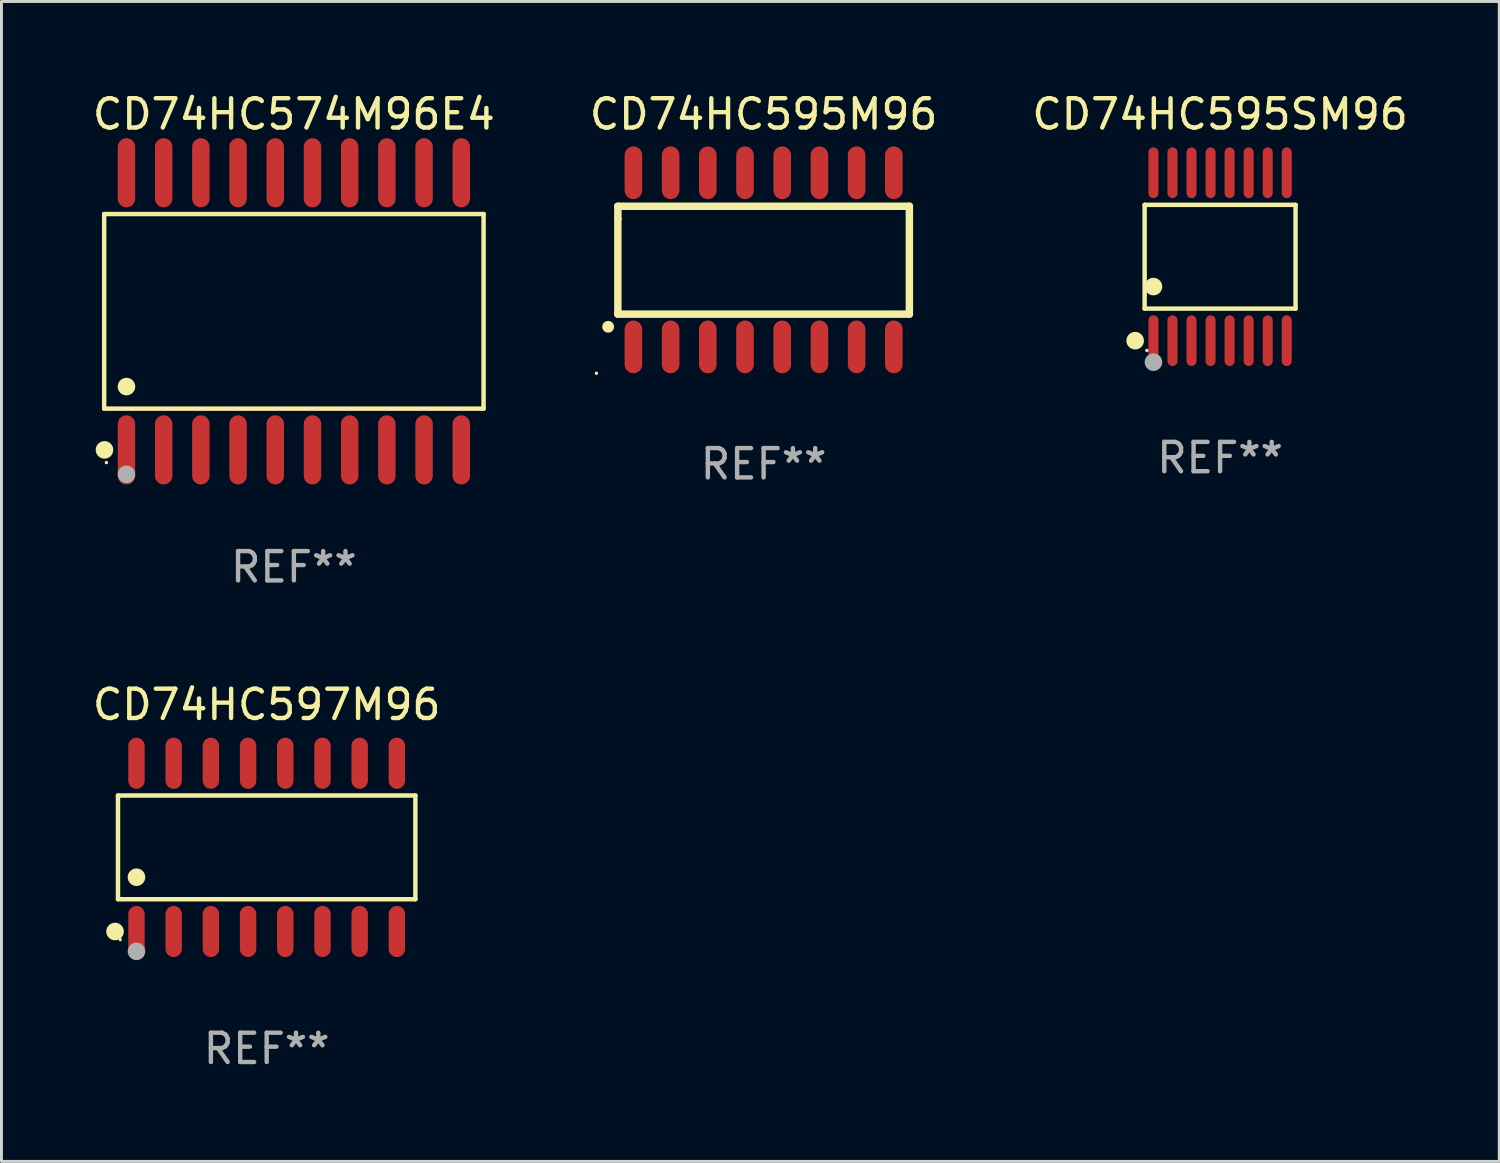
<source format=kicad_pcb>
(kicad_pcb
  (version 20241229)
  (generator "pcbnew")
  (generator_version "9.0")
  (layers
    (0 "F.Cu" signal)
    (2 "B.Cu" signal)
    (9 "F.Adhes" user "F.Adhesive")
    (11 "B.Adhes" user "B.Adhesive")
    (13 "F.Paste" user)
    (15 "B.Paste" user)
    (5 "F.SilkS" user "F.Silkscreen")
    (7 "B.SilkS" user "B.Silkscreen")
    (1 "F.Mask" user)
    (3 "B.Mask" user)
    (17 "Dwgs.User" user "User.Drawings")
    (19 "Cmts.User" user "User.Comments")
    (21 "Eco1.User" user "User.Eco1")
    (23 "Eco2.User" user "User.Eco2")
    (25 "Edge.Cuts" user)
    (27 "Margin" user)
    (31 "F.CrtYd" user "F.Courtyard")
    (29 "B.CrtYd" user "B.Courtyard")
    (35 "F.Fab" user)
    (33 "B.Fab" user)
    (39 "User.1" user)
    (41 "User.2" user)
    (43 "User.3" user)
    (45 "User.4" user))
  (footprint "CD74HC595SM96"
    (layer "F.Cu")
    (at 38.601 5.714)
    (property "Reference" "CD74HC595SM96" (at 0 -4.866 0) (layer "F.SilkS") (effects (font (size 1 1) (thickness 0.15))))
    (attr through_hole)
    (fp_line (start -2.576 -1.772) (end 2.576 -1.772) (stroke (width 0.152) (type solid)) (layer "F.SilkS"))
    (fp_line (start -2.576 1.771) (end -2.576 -1.772) (stroke (width 0.152) (type solid)) (layer "F.SilkS"))
    (fp_line (start 2.576 -1.772) (end 2.576 1.771) (stroke (width 0.152) (type solid)) (layer "F.SilkS"))
    (fp_line (start 2.576 1.771) (end -2.576 1.771) (stroke (width 0.152) (type solid)) (layer "F.SilkS"))
    (fp_circle (center -2.899 2.866) (end -2.749 2.866) (stroke (width 0.3) (type solid)) (fill no) (layer "F.SilkS"))
    (fp_circle (center -2.5 3.2) (end -2.47 3.2) (stroke (width 0.06) (type solid)) (fill no) (layer "F.SilkS"))
    (fp_circle (center -2.275 1.019) (end -2.125 1.019) (stroke (width 0.3) (type solid)) (fill no) (layer "F.SilkS"))
    (fp_circle (center -2.275 3.6) (end -2.125 3.6) (stroke (width 0.3) (type solid)) (fill no) (layer "F.Fab"))
    (fp_text user "REF**" (at 0 6.866 0) (layer "F.Fab") (effects (font (size 1 1) (thickness 0.15))))
    (pad "1" smd oval (at -2.275 2.866) (size 0.343 1.731) (layers "F.Cu" "F.Mask" "F.Paste"))
    (pad "2" smd oval (at -1.625 2.866) (size 0.343 1.731) (layers "F.Cu" "F.Mask" "F.Paste"))
    (pad "3" smd oval (at -0.975 2.866) (size 0.343 1.731) (layers "F.Cu" "F.Mask" "F.Paste"))
    (pad "4" smd oval (at -0.325 2.866) (size 0.343 1.731) (layers "F.Cu" "F.Mask" "F.Paste"))
    (pad "5" smd oval (at 0.325 2.866) (size 0.343 1.731) (layers "F.Cu" "F.Mask" "F.Paste"))
    (pad "6" smd oval (at 0.975 2.866) (size 0.343 1.731) (layers "F.Cu" "F.Mask" "F.Paste"))
    (pad "7" smd oval (at 1.625 2.866) (size 0.343 1.731) (layers "F.Cu" "F.Mask" "F.Paste"))
    (pad "8" smd oval (at 2.275 2.866) (size 0.343 1.731) (layers "F.Cu" "F.Mask" "F.Paste"))
    (pad "9" smd oval (at 2.275 -2.866) (size 0.343 1.731) (layers "F.Cu" "F.Mask" "F.Paste"))
    (pad "10" smd oval (at 1.625 -2.866) (size 0.343 1.731) (layers "F.Cu" "F.Mask" "F.Paste"))
    (pad "11" smd oval (at 0.975 -2.866) (size 0.343 1.731) (layers "F.Cu" "F.Mask" "F.Paste"))
    (pad "12" smd oval (at 0.325 -2.866) (size 0.343 1.731) (layers "F.Cu" "F.Mask" "F.Paste"))
    (pad "13" smd oval (at -0.325 -2.866) (size 0.343 1.731) (layers "F.Cu" "F.Mask" "F.Paste"))
    (pad "14" smd oval (at -0.975 -2.866) (size 0.343 1.731) (layers "F.Cu" "F.Mask" "F.Paste"))
    (pad "15" smd oval (at -1.625 -2.866) (size 0.343 1.731) (layers "F.Cu" "F.Mask" "F.Paste"))
    (pad "16" smd oval (at -2.275 -2.866) (size 0.343 1.731) (layers "F.Cu" "F.Mask" "F.Paste")))
  (footprint "CD74HC574M96E4"
    (layer "F.Cu")
    (at 6.982 7.578)
    (property "Reference" "CD74HC574M96E4" (at 0 -6.73 0) (layer "F.SilkS") (effects (font (size 1 1) (thickness 0.15))))
    (attr through_hole)
    (fp_line (start -6.476 -3.321) (end 6.476 -3.321) (stroke (width 0.152) (type solid)) (layer "F.SilkS"))
    (fp_line (start -6.476 3.321) (end -6.476 -3.321) (stroke (width 0.152) (type solid)) (layer "F.SilkS"))
    (fp_line (start 6.476 -3.321) (end 6.476 3.321) (stroke (width 0.152) (type solid)) (layer "F.SilkS"))
    (fp_line (start 6.476 3.321) (end -6.476 3.321) (stroke (width 0.152) (type solid)) (layer "F.SilkS"))
    (fp_circle (center -6.465 4.73) (end -6.315 4.73) (stroke (width 0.3) (type solid)) (fill no) (layer "F.SilkS"))
    (fp_circle (center -6.4 5.163) (end -6.37 5.163) (stroke (width 0.06) (type solid)) (fill no) (layer "F.SilkS"))
    (fp_circle (center -5.715 2.569) (end -5.565 2.569) (stroke (width 0.3) (type solid)) (fill no) (layer "F.SilkS"))
    (fp_circle (center -5.715 5.563) (end -5.565 5.563) (stroke (width 0.3) (type solid)) (fill no) (layer "F.Fab"))
    (fp_text user "REF**" (at 0 8.73 0) (layer "F.Fab") (effects (font (size 1 1) (thickness 0.15))))
    (pad "1" smd oval (at -5.715 4.73) (size 0.595 2.36) (layers "F.Cu" "F.Mask" "F.Paste"))
    (pad "2" smd oval (at -4.445 4.73) (size 0.595 2.36) (layers "F.Cu" "F.Mask" "F.Paste"))
    (pad "3" smd oval (at -3.175 4.73) (size 0.595 2.36) (layers "F.Cu" "F.Mask" "F.Paste"))
    (pad "4" smd oval (at -1.905 4.73) (size 0.595 2.36) (layers "F.Cu" "F.Mask" "F.Paste"))
    (pad "5" smd oval (at -0.635 4.73) (size 0.595 2.36) (layers "F.Cu" "F.Mask" "F.Paste"))
    (pad "6" smd oval (at 0.635 4.73) (size 0.595 2.36) (layers "F.Cu" "F.Mask" "F.Paste"))
    (pad "7" smd oval (at 1.905 4.73) (size 0.595 2.36) (layers "F.Cu" "F.Mask" "F.Paste"))
    (pad "8" smd oval (at 3.175 4.73) (size 0.595 2.36) (layers "F.Cu" "F.Mask" "F.Paste"))
    (pad "9" smd oval (at 4.445 4.73) (size 0.595 2.36) (layers "F.Cu" "F.Mask" "F.Paste"))
    (pad "10" smd oval (at 5.715 4.73) (size 0.595 2.36) (layers "F.Cu" "F.Mask" "F.Paste"))
    (pad "11" smd oval (at 5.715 -4.73) (size 0.595 2.36) (layers "F.Cu" "F.Mask" "F.Paste"))
    (pad "12" smd oval (at 4.445 -4.73) (size 0.595 2.36) (layers "F.Cu" "F.Mask" "F.Paste"))
    (pad "13" smd oval (at 3.175 -4.73) (size 0.595 2.36) (layers "F.Cu" "F.Mask" "F.Paste"))
    (pad "14" smd oval (at 1.905 -4.73) (size 0.595 2.36) (layers "F.Cu" "F.Mask" "F.Paste"))
    (pad "15" smd oval (at 0.635 -4.73) (size 0.595 2.36) (layers "F.Cu" "F.Mask" "F.Paste"))
    (pad "16" smd oval (at -0.635 -4.73) (size 0.595 2.36) (layers "F.Cu" "F.Mask" "F.Paste"))
    (pad "17" smd oval (at -1.905 -4.73) (size 0.595 2.36) (layers "F.Cu" "F.Mask" "F.Paste"))
    (pad "18" smd oval (at -3.175 -4.73) (size 0.595 2.36) (layers "F.Cu" "F.Mask" "F.Paste"))
    (pad "19" smd oval (at -4.445 -4.73) (size 0.595 2.36) (layers "F.Cu" "F.Mask" "F.Paste"))
    (pad "20" smd oval (at -5.715 -4.73) (size 0.595 2.36) (layers "F.Cu" "F.Mask" "F.Paste")))
  (footprint "CD74HC597M96"
    (layer "F.Cu")
    (at 6.054 25.877)
    (property "Reference" "CD74HC597M96" (at 0 -4.872 0) (layer "F.SilkS") (effects (font (size 1 1) (thickness 0.15))))
    (attr through_hole)
    (fp_line (start -5.076 -1.771) (end 5.076 -1.771) (stroke (width 0.152) (type solid)) (layer "F.SilkS"))
    (fp_line (start -5.076 1.771) (end -5.076 -1.771) (stroke (width 0.152) (type solid)) (layer "F.SilkS"))
    (fp_line (start 5.076 -1.771) (end 5.076 1.771) (stroke (width 0.152) (type solid)) (layer "F.SilkS"))
    (fp_line (start 5.076 1.771) (end -5.076 1.771) (stroke (width 0.152) (type solid)) (layer "F.SilkS"))
    (fp_circle (center -5.177 2.872) (end -5.027 2.872) (stroke (width 0.3) (type solid)) (fill no) (layer "F.SilkS"))
    (fp_circle (center -5 3.15) (end -4.97 3.15) (stroke (width 0.06) (type solid)) (fill no) (layer "F.SilkS"))
    (fp_circle (center -4.445 1.019) (end -4.295 1.019) (stroke (width 0.3) (type solid)) (fill no) (layer "F.SilkS"))
    (fp_circle (center -4.445 3.55) (end -4.295 3.55) (stroke (width 0.3) (type solid)) (fill no) (layer "F.Fab"))
    (fp_text user "REF**" (at 0 6.872 0) (layer "F.Fab") (effects (font (size 1 1) (thickness 0.15))))
    (pad "1" smd oval (at -4.445 2.872) (size 0.56 1.745) (layers "F.Cu" "F.Mask" "F.Paste"))
    (pad "2" smd oval (at -3.175 2.872) (size 0.56 1.745) (layers "F.Cu" "F.Mask" "F.Paste"))
    (pad "3" smd oval (at -1.905 2.872) (size 0.56 1.745) (layers "F.Cu" "F.Mask" "F.Paste"))
    (pad "4" smd oval (at -0.635 2.872) (size 0.56 1.745) (layers "F.Cu" "F.Mask" "F.Paste"))
    (pad "5" smd oval (at 0.635 2.872) (size 0.56 1.745) (layers "F.Cu" "F.Mask" "F.Paste"))
    (pad "6" smd oval (at 1.905 2.872) (size 0.56 1.745) (layers "F.Cu" "F.Mask" "F.Paste"))
    (pad "7" smd oval (at 3.175 2.872) (size 0.56 1.745) (layers "F.Cu" "F.Mask" "F.Paste"))
    (pad "8" smd oval (at 4.445 2.872) (size 0.56 1.745) (layers "F.Cu" "F.Mask" "F.Paste"))
    (pad "9" smd oval (at 4.445 -2.872) (size 0.56 1.745) (layers "F.Cu" "F.Mask" "F.Paste"))
    (pad "10" smd oval (at 3.175 -2.872) (size 0.56 1.745) (layers "F.Cu" "F.Mask" "F.Paste"))
    (pad "11" smd oval (at 1.905 -2.872) (size 0.56 1.745) (layers "F.Cu" "F.Mask" "F.Paste"))
    (pad "12" smd oval (at 0.635 -2.872) (size 0.56 1.745) (layers "F.Cu" "F.Mask" "F.Paste"))
    (pad "13" smd oval (at -0.635 -2.872) (size 0.56 1.745) (layers "F.Cu" "F.Mask" "F.Paste"))
    (pad "14" smd oval (at -1.905 -2.872) (size 0.56 1.745) (layers "F.Cu" "F.Mask" "F.Paste"))
    (pad "15" smd oval (at -3.175 -2.872) (size 0.56 1.745) (layers "F.Cu" "F.Mask" "F.Paste"))
    (pad "16" smd oval (at -4.445 -2.872) (size 0.56 1.745) (layers "F.Cu" "F.Mask" "F.Paste")))
  (footprint "CD74HC595M96"
    (layer "F.Cu")
    (at 23.018 5.82)
    (property "Reference" "CD74HC595M96" (at 0 -4.972 0) (layer "F.SilkS") (effects (font (size 1 1) (thickness 0.15))))
    (attr through_hole)
    (fp_line (start -4.976 -1.829) (end -4.976 -1.4) (stroke (width 0.254) (type solid)) (layer "F.SilkS"))
    (fp_line (start -4.976 -1.4) (end -4.976 1.854) (stroke (width 0.254) (type solid)) (layer "F.SilkS"))
    (fp_line (start -4.976 1.854) (end 4.976 1.854) (stroke (width 0.254) (type solid)) (layer "F.SilkS"))
    (fp_line (start 4.976 -1.829) (end -4.976 -1.829) (stroke (width 0.254) (type solid)) (layer "F.SilkS"))
    (fp_line (start 4.976 1.854) (end 4.976 -1.829) (stroke (width 0.254) (type solid)) (layer "F.SilkS"))
    (fp_arc (start -5.308611 2.286005) (mid -5.307341 2.286001) (end -5.306071 2.286005) (stroke (width 0.4) (type solid)) (layer "F.SilkS"))
    (fp_circle (center -5.707 3.872) (end -5.677 3.872) (stroke (width 0.06) (type solid)) (fill no) (layer "F.SilkS"))
    (fp_text user "REF**" (at 0 6.972 0) (layer "F.Fab") (effects (font (size 1 1) (thickness 0.15))))
    (pad "1" smd oval (at -4.445 2.972 180) (size 0.6 1.8) (layers "F.Cu" "F.Mask" "F.Paste"))
    (pad "2" smd oval (at -3.175 2.972 180) (size 0.6 1.8) (layers "F.Cu" "F.Mask" "F.Paste"))
    (pad "3" smd oval (at -1.905 2.972 180) (size 0.6 1.8) (layers "F.Cu" "F.Mask" "F.Paste"))
    (pad "4" smd oval (at -0.635 2.972 180) (size 0.6 1.8) (layers "F.Cu" "F.Mask" "F.Paste"))
    (pad "5" smd oval (at 0.635 2.972 180) (size 0.6 1.8) (layers "F.Cu" "F.Mask" "F.Paste"))
    (pad "6" smd oval (at 1.905 2.972 180) (size 0.6 1.8) (layers "F.Cu" "F.Mask" "F.Paste"))
    (pad "7" smd oval (at 3.175 2.972 180) (size 0.6 1.8) (layers "F.Cu" "F.Mask" "F.Paste"))
    (pad "8" smd oval (at 4.445 2.972 180) (size 0.6 1.8) (layers "F.Cu" "F.Mask" "F.Paste"))
    (pad "9" smd oval (at 4.445 -2.972 180) (size 0.6 1.8) (layers "F.Cu" "F.Mask" "F.Paste"))
    (pad "10" smd oval (at 3.175 -2.972 180) (size 0.6 1.8) (layers "F.Cu" "F.Mask" "F.Paste"))
    (pad "11" smd oval (at 1.905 -2.972 180) (size 0.6 1.8) (layers "F.Cu" "F.Mask" "F.Paste"))
    (pad "12" smd oval (at 0.635 -2.972 180) (size 0.6 1.8) (layers "F.Cu" "F.Mask" "F.Paste"))
    (pad "13" smd oval (at -0.635 -2.972 180) (size 0.6 1.8) (layers "F.Cu" "F.Mask" "F.Paste"))
    (pad "14" smd oval (at -1.905 -2.972 180) (size 0.6 1.8) (layers "F.Cu" "F.Mask" "F.Paste"))
    (pad "15" smd oval (at -3.175 -2.972 180) (size 0.6 1.8) (layers "F.Cu" "F.Mask" "F.Paste"))
    (pad "16" smd oval (at -4.445 -2.972 180) (size 0.6 1.8) (layers "F.Cu" "F.Mask" "F.Paste")))
  (gr_rect
    (start -3 -3)
    (end 48.131 36.598)
    (stroke (width 0.1) (type default))
    (fill no)
    (layer "Edge.Cuts")))
</source>
